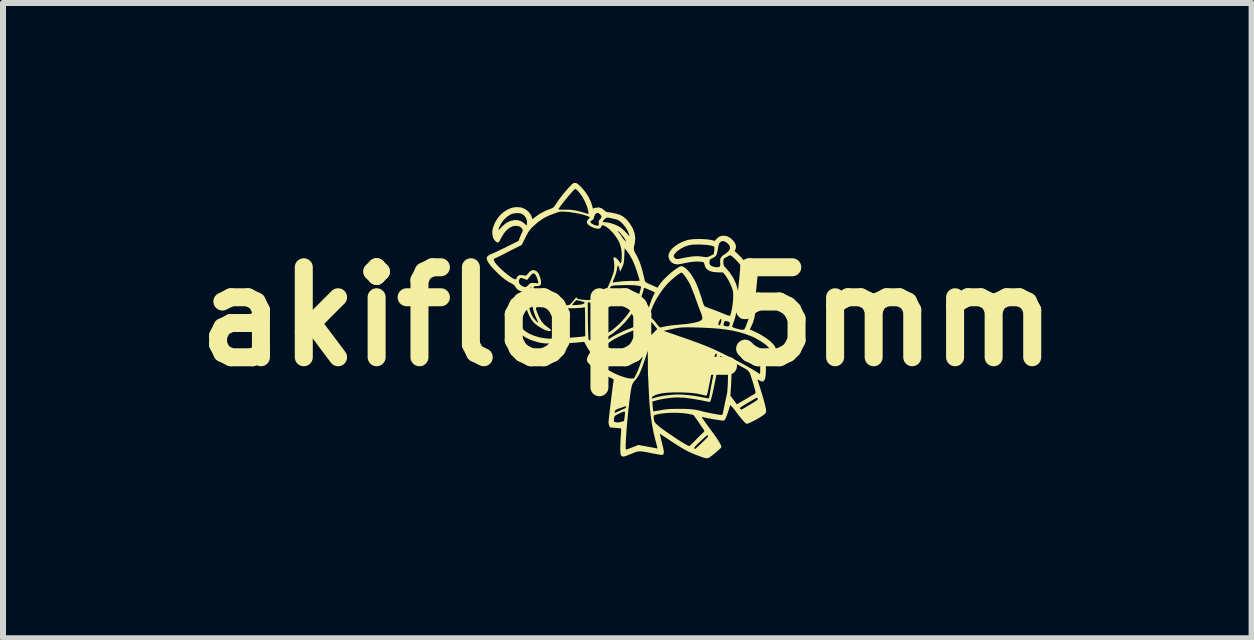
<source format=kicad_pcb>
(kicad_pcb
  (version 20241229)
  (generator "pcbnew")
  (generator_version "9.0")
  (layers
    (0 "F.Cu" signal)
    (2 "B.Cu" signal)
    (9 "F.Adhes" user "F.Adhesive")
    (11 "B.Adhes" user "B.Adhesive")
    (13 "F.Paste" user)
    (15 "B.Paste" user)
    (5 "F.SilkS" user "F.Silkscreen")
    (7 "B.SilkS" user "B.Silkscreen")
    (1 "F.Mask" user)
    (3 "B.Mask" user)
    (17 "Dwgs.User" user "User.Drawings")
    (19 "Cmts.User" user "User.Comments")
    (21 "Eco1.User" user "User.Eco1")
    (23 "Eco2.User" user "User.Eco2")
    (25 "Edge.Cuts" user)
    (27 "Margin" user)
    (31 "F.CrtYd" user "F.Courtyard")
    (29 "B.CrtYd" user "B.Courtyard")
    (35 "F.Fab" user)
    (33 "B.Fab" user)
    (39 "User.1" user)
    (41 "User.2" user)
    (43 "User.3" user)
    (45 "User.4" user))
  (footprint "akiflop_5mm"
    (layer "F.Cu")
    (at 7.407 2.227)
    (property "Reference" "akiflop_5mm" (at 0 0 0) (layer "F.SilkS") (effects (font (size 1.5 1.5) (thickness 0.3))))
    (attr board_only exclude_from_pos_files exclude_from_bom)
    (fp_poly (pts (xy -0.854 -2.226) (xy -0.838 -2.219) (xy -0.818 -2.205) (xy -0.792 -2.181) (xy -0.762 -2.151) (xy -0.702 -2.081) (xy -0.65 -2.001) (xy -0.609 -1.918) (xy -0.586 -1.849) (xy -0.573 -1.8) (xy -0.531 -1.813) (xy -0.479 -1.82) (xy -0.431 -1.807) (xy -0.388 -1.776) (xy -0.384 -1.772) (xy -0.355 -1.747) (xy -0.326 -1.739) (xy -0.324 -1.739) (xy -0.289 -1.736) (xy -0.244 -1.728) (xy -0.194 -1.717) (xy -0.148 -1.704) (xy -0.113 -1.691) (xy -0.058 -1.659) (xy -0.004 -1.609) (xy 0.045 -1.547) (xy 0.093 -1.467) (xy 0.122 -1.386) (xy 0.133 -1.305) (xy 0.126 -1.227) (xy 0.123 -1.215) (xy 0.112 -1.167) (xy 0.109 -1.13) (xy 0.113 -1.1) (xy 0.127 -1.07) (xy 0.135 -1.056) (xy 0.167 -0.997) (xy 0.197 -0.932) (xy 0.225 -0.856) (xy 0.251 -0.767) (xy 0.277 -0.663) (xy 0.289 -0.611) (xy 0.294 -0.595) (xy 0.3 -0.582) (xy 0.313 -0.57) (xy 0.334 -0.558) (xy 0.367 -0.542) (xy 0.401 -0.527) (xy 0.505 -0.481) (xy 0.533 -0.526) (xy 0.561 -0.564) (xy 0.598 -0.607) (xy 0.642 -0.652) (xy 0.69 -0.697) (xy 0.739 -0.74) (xy 0.788 -0.778) (xy 0.832 -0.808) (xy 0.869 -0.83) (xy 0.896 -0.84) (xy 0.901 -0.84) (xy 0.934 -0.831) (xy 0.972 -0.806) (xy 1.013 -0.766) (xy 1.056 -0.714) (xy 1.097 -0.651) (xy 1.133 -0.586) (xy 1.151 -0.547) (xy 1.173 -0.493) (xy 1.196 -0.433) (xy 1.218 -0.369) (xy 1.238 -0.309) (xy 1.251 -0.264) (xy 1.263 -0.226) (xy 1.275 -0.195) (xy 1.286 -0.176) (xy 1.288 -0.173) (xy 1.304 -0.164) (xy 1.334 -0.151) (xy 1.372 -0.137) (xy 1.387 -0.132) (xy 1.43 -0.117) (xy 1.483 -0.097) (xy 1.54 -0.074) (xy 1.591 -0.053) (xy 1.647 -0.03) (xy 1.687 -0.016) (xy 1.709 -0.011) (xy 1.715 -0.013) (xy 1.731 -0.069) (xy 1.745 -0.135) (xy 1.756 -0.206) (xy 1.763 -0.277) (xy 1.766 -0.344) (xy 1.764 -0.4) (xy 1.76 -0.429) (xy 1.745 -0.479) (xy 1.721 -0.537) (xy 1.691 -0.597) (xy 1.659 -0.651) (xy 1.634 -0.688) (xy 1.595 -0.735) (xy 1.503 -0.737) (xy 1.429 -0.744) (xy 1.371 -0.76) (xy 1.329 -0.787) (xy 1.3 -0.824) (xy 1.286 -0.871) (xy 1.279 -0.895) (xy 1.267 -0.906) (xy 1.243 -0.912) (xy 1.234 -0.913) (xy 1.37 -0.913) (xy 1.371 -0.881) (xy 1.382 -0.86) (xy 1.386 -0.856) (xy 1.413 -0.839) (xy 1.448 -0.828) (xy 1.485 -0.822) (xy 1.517 -0.823) (xy 1.54 -0.832) (xy 1.543 -0.835) (xy 1.55 -0.857) (xy 1.549 -0.896) (xy 1.549 -0.901) (xy 1.548 -0.909) (xy 1.602 -0.909) (xy 1.603 -0.875) (xy 1.608 -0.852) (xy 1.62 -0.834) (xy 1.63 -0.824) (xy 1.706 -0.737) (xy 1.768 -0.642) (xy 1.815 -0.541) (xy 1.844 -0.436) (xy 1.851 -0.381) (xy 1.853 -0.322) (xy 1.848 -0.25) (xy 1.837 -0.17) (xy 1.822 -0.086) (xy 1.803 -0.004) (xy 1.781 0.071) (xy 1.768 0.105) (xy 1.757 0.136) (xy 1.75 0.16) (xy 1.749 0.169) (xy 1.758 0.178) (xy 1.784 0.189) (xy 1.823 0.201) (xy 1.829 0.202) (xy 1.878 0.215) (xy 1.912 0.221) (xy 1.935 0.221) (xy 1.95 0.212) (xy 1.962 0.194) (xy 1.975 0.164) (xy 1.981 0.149) (xy 2.004 0.089) (xy 2.021 0.031) (xy 2.034 -0.031) (xy 2.044 -0.101) (xy 2.051 -0.185) (xy 2.052 -0.192) (xy 2.056 -0.327) (xy 2.049 -0.45) (xy 2.029 -0.562) (xy 1.996 -0.668) (xy 1.959 -0.751) (xy 1.93 -0.801) (xy 1.891 -0.854) (xy 1.846 -0.908) (xy 1.799 -0.957) (xy 1.754 -0.997) (xy 1.722 -1.02) (xy 1.706 -1.019) (xy 1.684 -1.009) (xy 1.682 -1.007) (xy 1.654 -0.99) (xy 1.628 -0.977) (xy 1.613 -0.97) (xy 1.606 -0.959) (xy 1.603 -0.939) (xy 1.602 -0.909) (xy 1.548 -0.909) (xy 1.547 -0.936) (xy 1.551 -0.962) (xy 1.563 -0.985) (xy 1.58 -1.007) (xy 1.597 -1.022) (xy 1.6 -1.023) (xy 1.616 -1.032) (xy 1.641 -1.05) (xy 1.662 -1.066) (xy 1.697 -1.103) (xy 1.713 -1.139) (xy 1.709 -1.173) (xy 1.685 -1.208) (xy 1.654 -1.234) (xy 1.618 -1.254) (xy 1.588 -1.259) (xy 1.56 -1.248) (xy 1.551 -1.241) (xy 1.536 -1.225) (xy 1.526 -1.204) (xy 1.518 -1.17) (xy 1.514 -1.15) (xy 1.505 -1.095) (xy 1.496 -1.055) (xy 1.486 -1.027) (xy 1.473 -1.008) (xy 1.455 -0.993) (xy 1.43 -0.98) (xy 1.427 -0.978) (xy 1.397 -0.963) (xy 1.38 -0.95) (xy 1.373 -0.936) (xy 1.37 -0.913) (xy 1.37 -0.913) (xy 1.234 -0.913) (xy 1.162 -0.918) (xy 1.068 -0.911) (xy 0.972 -0.894) (xy 0.925 -0.884) (xy 0.882 -0.876) (xy 0.849 -0.871) (xy 0.833 -0.869) (xy 0.781 -0.878) (xy 0.738 -0.903) (xy 0.705 -0.941) (xy 0.688 -0.989) (xy 0.687 -0.995) (xy 0.688 -1.015) (xy 0.774 -1.015) (xy 0.776 -0.996) (xy 0.791 -0.977) (xy 0.802 -0.967) (xy 0.813 -0.961) (xy 0.828 -0.959) (xy 0.851 -0.96) (xy 0.884 -0.966) (xy 0.931 -0.975) (xy 0.962 -0.982) (xy 1.048 -0.997) (xy 1.121 -1.005) (xy 1.19 -1.005) (xy 1.261 -0.997) (xy 1.268 -0.996) (xy 1.304 -0.991) (xy 1.33 -0.991) (xy 1.352 -0.997) (xy 1.38 -1.01) (xy 1.387 -1.013) (xy 1.441 -1.04) (xy 1.449 -1.098) (xy 1.452 -1.131) (xy 1.451 -1.155) (xy 1.448 -1.164) (xy 1.427 -1.175) (xy 1.391 -1.184) (xy 1.343 -1.192) (xy 1.286 -1.197) (xy 1.226 -1.2) (xy 1.164 -1.201) (xy 1.107 -1.199) (xy 1.056 -1.194) (xy 1.017 -1.186) (xy 1.015 -1.186) (xy 0.945 -1.16) (xy 0.881 -1.125) (xy 0.827 -1.085) (xy 0.811 -1.069) (xy 0.785 -1.038) (xy 0.774 -1.015) (xy 0.688 -1.015) (xy 0.69 -1.04) (xy 0.711 -1.086) (xy 0.747 -1.132) (xy 0.796 -1.175) (xy 0.856 -1.215) (xy 0.926 -1.249) (xy 1.002 -1.275) (xy 1.007 -1.277) (xy 1.054 -1.285) (xy 1.114 -1.291) (xy 1.182 -1.293) (xy 1.252 -1.292) (xy 1.318 -1.288) (xy 1.375 -1.281) (xy 1.397 -1.277) (xy 1.46 -1.261) (xy 1.483 -1.29) (xy 1.522 -1.326) (xy 1.57 -1.345) (xy 1.607 -1.348) (xy 1.665 -1.339) (xy 1.719 -1.31) (xy 1.761 -1.271) (xy 1.795 -1.225) (xy 1.811 -1.18) (xy 1.81 -1.14) (xy 1.804 -1.124) (xy 1.789 -1.093) (xy 1.872 -1.014) (xy 1.953 -0.926) (xy 2.019 -0.836) (xy 2.07 -0.738) (xy 2.077 -0.723) (xy 2.1 -0.661) (xy 2.118 -0.599) (xy 2.131 -0.534) (xy 2.14 -0.459) (xy 2.145 -0.371) (xy 2.146 -0.347) (xy 2.147 -0.212) (xy 2.139 -0.093) (xy 2.121 0.011) (xy 2.095 0.102) (xy 2.07 0.159) (xy 2.042 0.216) (xy 2.079 0.231) (xy 2.161 0.268) (xy 2.241 0.312) (xy 2.314 0.359) (xy 2.378 0.407) (xy 2.427 0.454) (xy 2.435 0.464) (xy 2.458 0.493) (xy 2.47 0.517) (xy 2.47 0.54) (xy 2.458 0.565) (xy 2.433 0.596) (xy 2.394 0.634) (xy 2.387 0.641) (xy 2.302 0.72) (xy 2.309 0.816) (xy 2.311 0.87) (xy 2.31 0.924) (xy 2.307 0.974) (xy 2.301 1.016) (xy 2.293 1.047) (xy 2.284 1.063) (xy 2.279 1.065) (xy 2.27 1.07) (xy 2.271 1.075) (xy 2.271 1.083) (xy 2.257 1.084) (xy 2.235 1.079) (xy 2.21 1.069) (xy 2.2 1.063) (xy 2.178 1.051) (xy 2.17 1.051) (xy 2.171 1.056) (xy 2.182 1.089) (xy 2.197 1.136) (xy 2.215 1.192) (xy 2.234 1.254) (xy 2.253 1.316) (xy 2.27 1.375) (xy 2.284 1.426) (xy 2.294 1.464) (xy 2.296 1.474) (xy 2.308 1.526) (xy 2.314 1.563) (xy 2.313 1.59) (xy 2.305 1.61) (xy 2.288 1.628) (xy 2.261 1.648) (xy 2.242 1.661) (xy 2.201 1.687) (xy 2.154 1.714) (xy 2.107 1.739) (xy 2.063 1.761) (xy 2.026 1.778) (xy 1.999 1.787) (xy 1.992 1.788) (xy 1.979 1.783) (xy 1.959 1.766) (xy 1.932 1.737) (xy 1.897 1.696) (xy 1.852 1.64) (xy 1.803 1.575) (xy 1.773 1.536) (xy 1.76 1.521) (xy 1.877 1.521) (xy 1.878 1.529) (xy 1.888 1.542) (xy 1.9 1.551) (xy 1.904 1.551) (xy 1.914 1.545) (xy 1.938 1.532) (xy 1.972 1.512) (xy 2.014 1.487) (xy 2.032 1.476) (xy 2.086 1.444) (xy 2.124 1.421) (xy 2.15 1.403) (xy 2.166 1.391) (xy 2.174 1.381) (xy 2.175 1.372) (xy 2.173 1.364) (xy 2.168 1.356) (xy 2.158 1.356) (xy 2.139 1.363) (xy 2.111 1.378) (xy 2.088 1.392) (xy 2.054 1.412) (xy 2.015 1.435) (xy 1.974 1.46) (xy 1.936 1.483) (xy 1.904 1.503) (xy 1.883 1.517) (xy 1.877 1.521) (xy 1.76 1.521) (xy 1.747 1.506) (xy 1.728 1.485) (xy 1.717 1.476) (xy 1.715 1.477) (xy 1.71 1.492) (xy 1.702 1.52) (xy 1.691 1.555) (xy 1.69 1.558) (xy 1.668 1.626) (xy 1.649 1.676) (xy 1.632 1.71) (xy 1.618 1.729) (xy 1.608 1.735) (xy 1.592 1.734) (xy 1.562 1.731) (xy 1.52 1.725) (xy 1.471 1.717) (xy 1.42 1.709) (xy 1.369 1.699) (xy 1.323 1.691) (xy 1.285 1.683) (xy 1.261 1.676) (xy 1.257 1.675) (xy 1.245 1.671) (xy 1.244 1.677) (xy 1.254 1.696) (xy 1.254 1.696) (xy 1.265 1.713) (xy 1.285 1.742) (xy 1.313 1.781) (xy 1.345 1.825) (xy 1.371 1.861) (xy 1.436 1.949) (xy 1.488 2.023) (xy 1.527 2.084) (xy 1.554 2.13) (xy 1.567 2.162) (xy 1.568 2.177) (xy 1.559 2.19) (xy 1.537 2.211) (xy 1.507 2.239) (xy 1.472 2.269) (xy 1.436 2.298) (xy 1.402 2.325) (xy 1.374 2.345) (xy 1.361 2.353) (xy 1.346 2.36) (xy 1.33 2.362) (xy 1.31 2.361) (xy 1.281 2.354) (xy 1.241 2.341) (xy 1.197 2.325) (xy 1.121 2.296) (xy 1.048 2.264) (xy 0.975 2.228) (xy 0.908 2.19) (xy 1.114 2.19) (xy 1.114 2.198) (xy 1.115 2.199) (xy 1.13 2.205) (xy 1.134 2.205) (xy 1.143 2.198) (xy 1.163 2.18) (xy 1.193 2.153) (xy 1.228 2.119) (xy 1.249 2.1) (xy 1.293 2.057) (xy 1.324 2.025) (xy 1.342 2.003) (xy 1.349 1.989) (xy 1.348 1.984) (xy 1.343 1.979) (xy 1.335 1.98) (xy 1.322 1.987) (xy 1.303 2.002) (xy 1.275 2.027) (xy 1.237 2.062) (xy 1.186 2.11) (xy 1.183 2.113) (xy 1.147 2.149) (xy 1.124 2.174) (xy 1.114 2.19) (xy 0.908 2.19) (xy 0.899 2.184) (xy 0.814 2.132) (xy 0.725 2.074) (xy 0.673 2.039) (xy 0.626 2.008) (xy 0.588 1.983) (xy 0.56 1.964) (xy 0.545 1.955) (xy 0.543 1.954) (xy 0.544 1.963) (xy 0.549 1.987) (xy 0.558 2.024) (xy 0.569 2.07) (xy 0.576 2.098) (xy 0.593 2.166) (xy 0.604 2.218) (xy 0.609 2.255) (xy 0.608 2.28) (xy 0.602 2.296) (xy 0.588 2.303) (xy 0.569 2.306) (xy 0.568 2.306) (xy 0.549 2.304) (xy 0.516 2.298) (xy 0.471 2.29) (xy 0.419 2.281) (xy 0.395 2.276) (xy 0.327 2.262) (xy 0.275 2.253) (xy 0.233 2.248) (xy 0.199 2.247) (xy 0.168 2.251) (xy 0.137 2.26) (xy 0.101 2.274) (xy 0.064 2.289) (xy 0.003 2.314) (xy -0.042 2.33) (xy -0.074 2.334) (xy -0.096 2.326) (xy -0.109 2.305) (xy -0.115 2.269) (xy -0.117 2.217) (xy -0.117 2.19) (xy -0.116 2.159) (xy -0.027 2.159) (xy -0.026 2.195) (xy -0.024 2.214) (xy -0.021 2.218) (xy -0.008 2.214) (xy 0.019 2.205) (xy 0.056 2.191) (xy 0.088 2.179) (xy 0.185 2.14) (xy 0.315 2.164) (xy 0.366 2.173) (xy 0.412 2.182) (xy 0.449 2.189) (xy 0.472 2.193) (xy 0.475 2.194) (xy 0.505 2.2) (xy 0.467 2.055) (xy 0.437 1.929) (xy 0.413 1.802) (xy 0.393 1.67) (xy 0.393 1.67) (xy 0.44 1.67) (xy 0.442 1.711) (xy 0.449 1.743) (xy 0.464 1.77) (xy 0.491 1.798) (xy 0.522 1.825) (xy 0.561 1.856) (xy 0.609 1.891) (xy 0.664 1.93) (xy 0.722 1.97) (xy 0.782 2.01) (xy 0.84 2.049) (xy 0.896 2.084) (xy 0.945 2.114) (xy 0.986 2.138) (xy 1.015 2.153) (xy 1.032 2.159) (xy 1.042 2.152) (xy 1.063 2.134) (xy 1.091 2.107) (xy 1.12 2.078) (xy 1.156 2.04) (xy 1.194 2.002) (xy 1.227 1.97) (xy 1.245 1.954) (xy 1.272 1.927) (xy 1.284 1.909) (xy 1.284 1.899) (xy 1.275 1.887) (xy 1.258 1.862) (xy 1.234 1.828) (xy 1.206 1.786) (xy 1.193 1.767) (xy 1.163 1.724) (xy 1.137 1.687) (xy 1.116 1.659) (xy 1.103 1.642) (xy 1.1 1.64) (xy 1.087 1.636) (xy 1.059 1.63) (xy 1.02 1.623) (xy 0.98 1.616) (xy 0.901 1.608) (xy 0.814 1.604) (xy 0.723 1.605) (xy 0.636 1.61) (xy 0.557 1.619) (xy 0.515 1.627) (xy 0.477 1.636) (xy 0.455 1.643) (xy 0.444 1.651) (xy 0.44 1.662) (xy 0.44 1.67) (xy 0.393 1.67) (xy 0.377 1.53) (xy 0.368 1.418) (xy 0.417 1.418) (xy 0.423 1.497) (xy 0.427 1.534) (xy 0.43 1.563) (xy 0.433 1.578) (xy 0.434 1.58) (xy 0.444 1.58) (xy 0.47 1.576) (xy 0.507 1.57) (xy 0.552 1.562) (xy 0.553 1.561) (xy 0.6 1.553) (xy 0.643 1.547) (xy 0.687 1.543) (xy 0.737 1.54) (xy 0.798 1.539) (xy 0.865 1.539) (xy 0.951 1.539) (xy 1.021 1.542) (xy 1.082 1.546) (xy 1.136 1.554) (xy 1.188 1.564) (xy 1.243 1.578) (xy 1.248 1.58) (xy 1.28 1.588) (xy 1.324 1.597) (xy 1.374 1.608) (xy 1.427 1.618) (xy 1.477 1.627) (xy 1.521 1.635) (xy 1.552 1.639) (xy 1.564 1.64) (xy 1.577 1.639) (xy 1.586 1.632) (xy 1.593 1.614) (xy 1.6 1.581) (xy 1.6 1.58) (xy 1.607 1.542) (xy 1.617 1.493) (xy 1.628 1.443) (xy 1.631 1.426) (xy 1.641 1.38) (xy 1.651 1.336) (xy 1.655 1.317) (xy 1.718 1.317) (xy 1.772 1.39) (xy 1.826 1.463) (xy 1.953 1.389) (xy 2 1.361) (xy 2.043 1.335) (xy 2.08 1.314) (xy 2.105 1.3) (xy 2.11 1.297) (xy 2.132 1.281) (xy 2.138 1.265) (xy 2.137 1.258) (xy 2.123 1.199) (xy 2.104 1.131) (xy 2.079 1.05) (xy 2.071 1.026) (xy 2.058 0.985) (xy 2.047 0.953) (xy 2.034 0.928) (xy 2.018 0.907) (xy 1.996 0.888) (xy 1.965 0.868) (xy 1.923 0.845) (xy 1.868 0.816) (xy 1.844 0.803) (xy 1.728 0.744) (xy 1.735 0.863) (xy 1.737 0.921) (xy 1.736 0.992) (xy 1.734 1.068) (xy 1.73 1.143) (xy 1.73 1.149) (xy 1.718 1.317) (xy 1.655 1.317) (xy 1.659 1.3) (xy 1.661 1.29) (xy 1.666 1.257) (xy 1.67 1.209) (xy 1.674 1.149) (xy 1.677 1.083) (xy 1.678 1.013) (xy 1.679 0.945) (xy 1.678 0.882) (xy 1.676 0.829) (xy 1.676 0.818) (xy 1.669 0.712) (xy 1.61 0.683) (xy 1.573 0.666) (xy 1.551 0.661) (xy 1.544 0.664) (xy 1.539 0.678) (xy 1.533 0.706) (xy 1.527 0.743) (xy 1.525 0.755) (xy 1.518 0.799) (xy 1.508 0.856) (xy 1.495 0.924) (xy 1.48 0.998) (xy 1.465 1.074) (xy 1.45 1.149) (xy 1.435 1.219) (xy 1.422 1.28) (xy 1.41 1.328) (xy 1.404 1.351) (xy 1.394 1.389) (xy 1.385 1.412) (xy 1.377 1.422) (xy 1.367 1.424) (xy 1.363 1.423) (xy 1.211 1.392) (xy 1.076 1.369) (xy 0.958 1.354) (xy 0.855 1.348) (xy 0.835 1.348) (xy 0.781 1.35) (xy 0.716 1.356) (xy 0.646 1.365) (xy 0.579 1.376) (xy 0.52 1.388) (xy 0.483 1.398) (xy 0.417 1.418) (xy 0.368 1.418) (xy 0.365 1.378) (xy 0.364 1.353) (xy 0.41 1.353) (xy 0.412 1.366) (xy 0.413 1.368) (xy 0.423 1.365) (xy 0.446 1.358) (xy 0.477 1.348) (xy 0.529 1.335) (xy 0.595 1.322) (xy 0.669 1.312) (xy 0.746 1.304) (xy 0.818 1.3) (xy 0.855 1.299) (xy 0.928 1.302) (xy 1.014 1.309) (xy 1.105 1.32) (xy 1.195 1.335) (xy 1.264 1.348) (xy 1.303 1.356) (xy 1.335 1.362) (xy 1.354 1.363) (xy 1.358 1.363) (xy 1.363 1.351) (xy 1.369 1.327) (xy 1.372 1.307) (xy 1.376 1.282) (xy 1.383 1.242) (xy 1.392 1.19) (xy 1.404 1.129) (xy 1.416 1.063) (xy 1.422 1.036) (xy 1.442 0.931) (xy 1.458 0.844) (xy 1.471 0.774) (xy 1.481 0.719) (xy 1.487 0.678) (xy 1.49 0.649) (xy 1.491 0.632) (xy 1.49 0.625) (xy 1.479 0.616) (xy 1.468 0.625) (xy 1.457 0.651) (xy 1.445 0.694) (xy 1.432 0.756) (xy 1.419 0.837) (xy 1.409 0.909) (xy 1.403 0.944) (xy 1.394 0.994) (xy 1.383 1.052) (xy 1.371 1.114) (xy 1.359 1.175) (xy 1.347 1.229) (xy 1.338 1.271) (xy 1.336 1.277) (xy 1.328 1.302) (xy 1.319 1.317) (xy 1.315 1.319) (xy 1.301 1.316) (xy 1.273 1.31) (xy 1.238 1.301) (xy 1.231 1.299) (xy 1.17 1.286) (xy 1.095 1.276) (xy 1.011 1.269) (xy 0.921 1.265) (xy 0.829 1.264) (xy 0.741 1.265) (xy 0.659 1.27) (xy 0.587 1.278) (xy 0.53 1.289) (xy 0.523 1.291) (xy 0.468 1.309) (xy 0.432 1.326) (xy 0.414 1.342) (xy 0.41 1.353) (xy 0.364 1.353) (xy 0.357 1.212) (xy 0.355 1.182) (xy 0.353 1.124) (xy 0.351 1.072) (xy 0.349 1.029) (xy 0.347 1) (xy 0.346 0.987) (xy 0.345 0.973) (xy 0.344 0.943) (xy 0.344 0.899) (xy 0.343 0.846) (xy 0.343 0.785) (xy 0.343 0.772) (xy 0.342 0.572) (xy 0.288 0.731) (xy 0.257 0.82) (xy 0.23 0.892) (xy 0.205 0.95) (xy 0.18 0.996) (xy 0.155 1.033) (xy 0.13 1.062) (xy 0.099 1.1) (xy 0.079 1.141) (xy 0.074 1.161) (xy 0.066 1.198) (xy 0.057 1.25) (xy 0.048 1.313) (xy 0.038 1.385) (xy 0.029 1.465) (xy 0.019 1.549) (xy 0.01 1.637) (xy 0.002 1.726) (xy -0.006 1.813) (xy -0.013 1.898) (xy -0.018 1.976) (xy -0.023 2.048) (xy -0.026 2.109) (xy -0.027 2.159) (xy -0.116 2.159) (xy -0.116 2.131) (xy -0.113 2.065) (xy -0.11 2.003) (xy -0.107 1.974) (xy -0.104 1.931) (xy -0.102 1.897) (xy -0.102 1.874) (xy -0.103 1.867) (xy -0.114 1.864) (xy -0.14 1.861) (xy -0.176 1.858) (xy -0.195 1.856) (xy -0.235 1.853) (xy -0.266 1.85) (xy -0.284 1.847) (xy -0.287 1.846) (xy -0.303 1.817) (xy -0.312 1.778) (xy -0.313 1.76) (xy -0.311 1.743) (xy -0.31 1.724) (xy -0.224 1.724) (xy -0.223 1.745) (xy -0.215 1.756) (xy -0.198 1.76) (xy -0.193 1.761) (xy -0.17 1.764) (xy -0.157 1.766) (xy -0.156 1.766) (xy -0.145 1.765) (xy -0.121 1.759) (xy -0.103 1.755) (xy -0.054 1.742) (xy -0.043 1.662) (xy -0.039 1.623) (xy -0.038 1.597) (xy -0.045 1.585) (xy -0.061 1.585) (xy -0.09 1.596) (xy -0.134 1.616) (xy -0.138 1.618) (xy -0.175 1.636) (xy -0.197 1.649) (xy -0.21 1.662) (xy -0.216 1.676) (xy -0.219 1.689) (xy -0.224 1.724) (xy -0.31 1.724) (xy -0.308 1.708) (xy -0.303 1.66) (xy -0.296 1.602) (xy -0.296 1.597) (xy -0.21 1.597) (xy -0.209 1.605) (xy -0.199 1.603) (xy -0.177 1.593) (xy -0.146 1.579) (xy -0.144 1.578) (xy -0.108 1.56) (xy -0.074 1.545) (xy -0.051 1.536) (xy -0.032 1.525) (xy -0.021 1.512) (xy -0.018 1.501) (xy -0.027 1.496) (xy -0.037 1.498) (xy -0.097 1.518) (xy -0.141 1.533) (xy -0.171 1.545) (xy -0.19 1.555) (xy -0.201 1.564) (xy -0.206 1.573) (xy -0.208 1.578) (xy -0.21 1.597) (xy -0.296 1.597) (xy -0.289 1.535) (xy -0.28 1.464) (xy -0.271 1.391) (xy -0.262 1.319) (xy -0.254 1.251) (xy -0.246 1.189) (xy -0.239 1.137) (xy -0.233 1.098) (xy -0.229 1.075) (xy -0.229 1.072) (xy -0.228 1.051) (xy -0.24 1.039) (xy -0.247 1.036) (xy -0.289 1.017) (xy -0.342 0.989) (xy -0.402 0.955) (xy -0.463 0.917) (xy -0.523 0.878) (xy -0.575 0.84) (xy -0.617 0.808) (xy -0.628 0.798) (xy -0.659 0.764) (xy -0.673 0.732) (xy -0.672 0.717) (xy -0.58 0.717) (xy -0.541 0.749) (xy -0.514 0.769) (xy -0.474 0.796) (xy -0.425 0.827) (xy -0.371 0.86) (xy -0.316 0.892) (xy -0.265 0.921) (xy -0.221 0.944) (xy -0.2 0.954) (xy -0.118 0.988) (xy -0.046 1.013) (xy 0.014 1.028) (xy 0.06 1.033) (xy 0.064 1.033) (xy 0.112 1.031) (xy 0.148 0.962) (xy 0.164 0.929) (xy 0.182 0.884) (xy 0.203 0.829) (xy 0.225 0.768) (xy 0.248 0.703) (xy 0.269 0.637) (xy 0.289 0.573) (xy 0.307 0.514) (xy 0.321 0.463) (xy 0.331 0.422) (xy 0.336 0.395) (xy 0.335 0.386) (xy 0.326 0.375) (xy 0.305 0.358) (xy 0.292 0.348) (xy 0.265 0.325) (xy 0.235 0.293) (xy 0.214 0.267) (xy 0.197 0.245) (xy 0.183 0.23) (xy 0.168 0.221) (xy 0.15 0.219) (xy 0.124 0.224) (xy 0.089 0.236) (xy 0.041 0.256) (xy -0.004 0.274) (xy -0.125 0.328) (xy -0.23 0.384) (xy -0.317 0.442) (xy -0.329 0.45) (xy -0.377 0.491) (xy -0.428 0.537) (xy -0.476 0.585) (xy -0.517 0.631) (xy -0.547 0.668) (xy -0.58 0.717) (xy -0.672 0.717) (xy -0.671 0.697) (xy -0.655 0.656) (xy -0.646 0.64) (xy -0.618 0.592) (xy -0.654 0.536) (xy -0.675 0.502) (xy -0.693 0.47) (xy -0.701 0.454) (xy -0.596 0.454) (xy -0.59 0.467) (xy -0.576 0.49) (xy -0.561 0.511) (xy -0.527 0.558) (xy -0.461 0.497) (xy -0.424 0.465) (xy -0.386 0.432) (xy -0.353 0.406) (xy -0.347 0.401) (xy -0.254 0.34) (xy -0.146 0.281) (xy -0.029 0.227) (xy 0.05 0.197) (xy 0.223 0.197) (xy 0.228 0.211) (xy 0.244 0.233) (xy 0.271 0.264) (xy 0.28 0.273) (xy 0.308 0.302) (xy 0.333 0.326) (xy 0.35 0.34) (xy 0.355 0.342) (xy 0.367 0.335) (xy 0.388 0.318) (xy 0.416 0.292) (xy 0.434 0.275) (xy 0.47 0.238) (xy 0.605 0.238) (xy 0.701 0.271) (xy 0.747 0.287) (xy 0.805 0.307) (xy 0.867 0.329) (xy 0.927 0.349) (xy 0.933 0.351) (xy 1.061 0.396) (xy 1.174 0.437) (xy 1.275 0.476) (xy 1.368 0.514) (xy 1.456 0.552) (xy 1.543 0.593) (xy 1.602 0.622) (xy 1.687 0.665) (xy 1.772 0.709) (xy 1.856 0.753) (xy 1.935 0.795) (xy 2.007 0.835) (xy 2.07 0.871) (xy 2.12 0.9) (xy 2.156 0.923) (xy 2.161 0.927) (xy 2.186 0.943) (xy 2.205 0.955) (xy 2.211 0.957) (xy 2.213 0.948) (xy 2.215 0.923) (xy 2.216 0.885) (xy 2.216 0.838) (xy 2.216 0.816) (xy 2.213 0.675) (xy 2.291 0.602) (xy 2.369 0.53) (xy 2.349 0.508) (xy 2.316 0.477) (xy 2.269 0.441) (xy 2.214 0.405) (xy 2.154 0.37) (xy 2.096 0.34) (xy 2.056 0.323) (xy 1.959 0.288) (xy 1.861 0.259) (xy 1.758 0.235) (xy 1.648 0.217) (xy 1.528 0.202) (xy 1.394 0.192) (xy 1.246 0.185) (xy 1.152 0.182) (xy 1.075 0.18) (xy 1.011 0.179) (xy 0.958 0.18) (xy 0.911 0.182) (xy 0.867 0.186) (xy 0.824 0.193) (xy 0.778 0.201) (xy 0.727 0.212) (xy 0.725 0.212) (xy 0.605 0.238) (xy 0.47 0.238) (xy 0.5 0.208) (xy 0.443 0.138) (xy 0.417 0.107) (xy 0.393 0.083) (xy 0.375 0.07) (xy 0.37 0.068) (xy 0.355 0.075) (xy 0.33 0.091) (xy 0.301 0.113) (xy 0.271 0.138) (xy 0.245 0.162) (xy 0.228 0.181) (xy 0.225 0.186) (xy 0.223 0.197) (xy 0.05 0.197) (xy 0.094 0.18) (xy 0.104 0.176) (xy 0.148 0.16) (xy 0.181 0.143) (xy 0.213 0.121) (xy 0.25 0.089) (xy 0.252 0.087) (xy 0.32 0.024) (xy 0.326 -0.003) (xy 0.371 -0.003) (xy 0.379 0.007) (xy 0.397 0.021) (xy 0.401 0.023) (xy 0.42 0.039) (xy 0.445 0.065) (xy 0.473 0.099) (xy 0.484 0.113) (xy 0.513 0.151) (xy 0.534 0.173) (xy 0.549 0.182) (xy 0.555 0.181) (xy 0.572 0.177) (xy 0.602 0.171) (xy 0.64 0.163) (xy 0.65 0.161) (xy 0.691 0.154) (xy 0.745 0.147) (xy 0.804 0.141) (xy 0.855 0.136) (xy 0.959 0.127) (xy 1.02 0.119) (xy 1.518 0.119) (xy 1.519 0.136) (xy 1.519 0.137) (xy 1.532 0.146) (xy 1.537 0.143) (xy 1.604 0.143) (xy 1.613 0.153) (xy 1.636 0.159) (xy 1.675 0.164) (xy 1.682 0.165) (xy 1.696 0.157) (xy 1.703 0.144) (xy 1.709 0.113) (xy 1.704 0.094) (xy 1.687 0.085) (xy 1.683 0.084) (xy 1.657 0.077) (xy 1.64 0.072) (xy 1.626 0.076) (xy 1.614 0.097) (xy 1.613 0.099) (xy 1.604 0.126) (xy 1.604 0.143) (xy 1.537 0.143) (xy 1.545 0.138) (xy 1.552 0.125) (xy 1.565 0.085) (xy 1.569 0.056) (xy 1.565 0.041) (xy 1.56 0.039) (xy 1.549 0.047) (xy 1.537 0.068) (xy 1.525 0.094) (xy 1.518 0.119) (xy 1.02 0.119) (xy 1.048 0.115) (xy 1.121 0.102) (xy 1.177 0.088) (xy 1.206 0.076) (xy 1.233 0.062) (xy 1.246 0.048) (xy 1.25 0.031) (xy 1.25 0.023) (xy 1.247 -0.004) (xy 1.237 -0.039) (xy 1.23 -0.055) (xy 1.221 -0.079) (xy 1.206 -0.118) (xy 1.187 -0.167) (xy 1.167 -0.224) (xy 1.145 -0.284) (xy 1.143 -0.288) (xy 1.121 -0.351) (xy 1.098 -0.411) (xy 1.076 -0.466) (xy 1.057 -0.512) (xy 1.043 -0.542) (xy 1.02 -0.584) (xy 0.994 -0.626) (xy 0.967 -0.666) (xy 0.942 -0.699) (xy 0.921 -0.722) (xy 0.907 -0.733) (xy 0.905 -0.733) (xy 0.886 -0.726) (xy 0.857 -0.708) (xy 0.82 -0.681) (xy 0.778 -0.647) (xy 0.734 -0.609) (xy 0.692 -0.569) (xy 0.672 -0.549) (xy 0.603 -0.469) (xy 0.538 -0.378) (xy 0.48 -0.283) (xy 0.432 -0.187) (xy 0.396 -0.096) (xy 0.392 -0.082) (xy 0.382 -0.047) (xy 0.374 -0.019) (xy 0.371 -0.004) (xy 0.371 -0.003) (xy 0.326 -0.003) (xy 0.337 -0.059) (xy 0.353 -0.127) (xy 0.375 -0.199) (xy 0.399 -0.268) (xy 0.424 -0.327) (xy 0.437 -0.354) (xy 0.45 -0.38) (xy 0.458 -0.399) (xy 0.458 -0.404) (xy 0.447 -0.41) (xy 0.423 -0.421) (xy 0.391 -0.435) (xy 0.356 -0.45) (xy 0.323 -0.464) (xy 0.296 -0.474) (xy 0.282 -0.479) (xy 0.282 -0.479) (xy 0.275 -0.471) (xy 0.274 -0.459) (xy 0.27 -0.442) (xy 0.262 -0.411) (xy 0.249 -0.374) (xy 0.245 -0.361) (xy 0.193 -0.242) (xy 0.126 -0.123) (xy 0.047 -0.008) (xy -0.042 0.1) (xy -0.138 0.196) (xy -0.237 0.277) (xy -0.257 0.291) (xy -0.317 0.329) (xy -0.382 0.365) (xy -0.447 0.396) (xy -0.507 0.42) (xy -0.546 0.431) (xy -0.574 0.44) (xy -0.592 0.449) (xy -0.596 0.454) (xy -0.701 0.454) (xy -0.703 0.449) (xy -0.714 0.429) (xy -0.727 0.422) (xy -0.75 0.423) (xy -0.752 0.424) (xy -0.796 0.429) (xy -0.855 0.435) (xy -0.924 0.439) (xy -1.001 0.444) (xy -1.08 0.447) (xy -1.158 0.449) (xy -1.229 0.45) (xy -1.237 0.45) (xy -1.303 0.449) (xy -1.355 0.448) (xy -1.396 0.445) (xy -1.432 0.44) (xy -1.468 0.433) (xy -1.496 0.426) (xy -1.604 0.392) (xy -1.696 0.349) (xy -1.772 0.297) (xy -1.833 0.237) (xy -1.876 0.169) (xy -1.902 0.095) (xy -1.91 0.015) (xy -1.907 -0.02) (xy -1.815 -0.02) (xy -1.815 0.04) (xy -1.807 0.096) (xy -1.793 0.141) (xy -1.792 0.141) (xy -1.757 0.194) (xy -1.704 0.242) (xy -1.637 0.284) (xy -1.556 0.319) (xy -1.465 0.346) (xy -1.377 0.362) (xy -1.346 0.365) (xy -1.316 0.368) (xy -1.284 0.369) (xy -1.247 0.369) (xy -1.201 0.367) (xy -1.145 0.365) (xy -1.074 0.36) (xy -1.016 0.356) (xy -0.949 0.352) (xy -0.886 0.347) (xy -0.831 0.342) (xy -0.786 0.338) (xy -0.755 0.335) (xy -0.748 0.334) (xy -0.701 0.327) (xy -0.703 0.088) (xy -0.703 0.022) (xy -0.704 -0.037) (xy -0.705 -0.087) (xy -0.706 -0.125) (xy -0.706 -0.148) (xy -0.707 -0.153) (xy -0.717 -0.153) (xy -0.741 -0.15) (xy -0.767 -0.146) (xy -0.804 -0.143) (xy -0.856 -0.14) (xy -0.921 -0.138) (xy -0.995 -0.138) (xy -1.076 -0.138) (xy -1.158 -0.14) (xy -1.239 -0.143) (xy -1.316 -0.147) (xy -1.365 -0.15) (xy -1.427 -0.154) (xy -1.471 -0.157) (xy -1.501 -0.156) (xy -1.517 -0.151) (xy -1.523 -0.141) (xy -1.521 -0.124) (xy -1.513 -0.098) (xy -1.506 -0.077) (xy -1.471 0.009) (xy -1.431 0.079) (xy -1.382 0.135) (xy -1.325 0.18) (xy -1.321 0.183) (xy -1.289 0.206) (xy -1.273 0.222) (xy -1.273 0.234) (xy -1.284 0.24) (xy -1.309 0.242) (xy -1.347 0.232) (xy -1.391 0.214) (xy -1.439 0.189) (xy -1.487 0.159) (xy -1.531 0.126) (xy -1.557 0.102) (xy -1.594 0.056) (xy -1.629 -0.003) (xy -1.659 -0.071) (xy -1.682 -0.141) (xy -1.696 -0.207) (xy -1.7 -0.25) (xy -1.701 -0.268) (xy -1.707 -0.269) (xy -1.718 -0.26) (xy -1.739 -0.235) (xy -1.761 -0.197) (xy -1.782 -0.152) (xy -1.799 -0.107) (xy -1.808 -0.077) (xy -1.815 -0.02) (xy -1.907 -0.02) (xy -1.905 -0.043) (xy -1.887 -0.129) (xy -1.86 -0.202) (xy -1.822 -0.27) (xy -1.784 -0.322) (xy -1.779 -0.329) (xy -1.658 -0.329) (xy -1.655 -0.265) (xy -1.646 -0.197) (xy -1.632 -0.13) (xy -1.612 -0.068) (xy -1.587 -0.013) (xy -1.58 -0.001) (xy -1.559 0.03) (xy -1.536 0.059) (xy -1.514 0.083) (xy -1.498 0.096) (xy -1.493 0.098) (xy -1.486 0.092) (xy -1.487 0.09) (xy -1.532 -0.006) (xy -1.563 -0.093) (xy -1.582 -0.174) (xy -1.588 -0.225) (xy -1.591 -0.268) (xy -1.594 -0.319) (xy -1.597 -0.373) (xy -1.6 -0.422) (xy -1.602 -0.46) (xy -1.602 -0.469) (xy -1.603 -0.493) (xy -1.626 -0.467) (xy -1.644 -0.434) (xy -1.654 -0.387) (xy -1.658 -0.329) (xy -1.779 -0.329) (xy -1.758 -0.361) (xy -1.749 -0.392) (xy -1.755 -0.413) (xy -1.778 -0.425) (xy -1.821 -0.444) (xy -1.854 -0.476) (xy -1.866 -0.498) (xy -1.886 -0.525) (xy -1.922 -0.547) (xy -1.971 -0.573) (xy -2.007 -0.597) (xy -1.808 -0.597) (xy -1.804 -0.563) (xy -1.784 -0.531) (xy -1.748 -0.505) (xy -1.74 -0.502) (xy -1.712 -0.492) (xy -1.69 -0.493) (xy -1.667 -0.508) (xy -1.649 -0.526) (xy -1.63 -0.545) (xy -1.614 -0.556) (xy -1.595 -0.56) (xy -1.567 -0.56) (xy -1.548 -0.559) (xy -1.482 -0.554) (xy -1.489 -0.592) (xy -1.498 -0.625) (xy -1.512 -0.662) (xy -1.517 -0.674) (xy -1.538 -0.707) (xy -1.559 -0.721) (xy -1.581 -0.715) (xy -1.606 -0.691) (xy -1.609 -0.688) (xy -1.629 -0.661) (xy -1.648 -0.638) (xy -1.652 -0.632) (xy -1.668 -0.611) (xy -1.724 -0.63) (xy -1.755 -0.641) (xy -1.773 -0.644) (xy -1.783 -0.642) (xy -1.792 -0.633) (xy -1.794 -0.631) (xy -1.808 -0.597) (xy -2.007 -0.597) (xy -2.024 -0.608) (xy -2.08 -0.651) (xy -2.136 -0.7) (xy -2.189 -0.751) (xy -2.239 -0.802) (xy -2.281 -0.852) (xy -2.315 -0.898) (xy -2.336 -0.937) (xy -2.343 -0.96) (xy -2.226 -0.96) (xy -2.225 -0.941) (xy -2.213 -0.914) (xy -2.2 -0.893) (xy -2.169 -0.857) (xy -2.128 -0.814) (xy -2.079 -0.768) (xy -2.028 -0.724) (xy -1.977 -0.684) (xy -1.932 -0.651) (xy -1.903 -0.634) (xy -1.871 -0.621) (xy -1.853 -0.623) (xy -1.846 -0.639) (xy -1.846 -0.64) (xy -1.84 -0.656) (xy -1.824 -0.675) (xy -1.805 -0.688) (xy -1.782 -0.692) (xy -1.758 -0.691) (xy -1.728 -0.687) (xy -1.705 -0.682) (xy -1.7 -0.68) (xy -1.684 -0.685) (xy -1.663 -0.707) (xy -1.658 -0.714) (xy -1.623 -0.753) (xy -1.586 -0.773) (xy -1.549 -0.774) (xy -1.513 -0.757) (xy -1.483 -0.722) (xy -1.472 -0.702) (xy -1.456 -0.66) (xy -1.443 -0.614) (xy -1.44 -0.592) (xy -1.438 -0.551) (xy -1.446 -0.526) (xy -1.466 -0.513) (xy -1.502 -0.508) (xy -1.511 -0.508) (xy -1.538 -0.506) (xy -1.556 -0.501) (xy -1.558 -0.498) (xy -1.561 -0.484) (xy -1.563 -0.457) (xy -1.563 -0.42) (xy -1.563 -0.381) (xy -1.562 -0.345) (xy -1.56 -0.317) (xy -1.559 -0.308) (xy -1.555 -0.283) (xy -1.554 -0.262) (xy -1.552 -0.246) (xy -1.542 -0.235) (xy -1.521 -0.226) (xy -1.499 -0.219) (xy -1.464 -0.212) (xy -1.415 -0.205) (xy -1.357 -0.199) (xy -1.293 -0.194) (xy -1.226 -0.19) (xy -1.159 -0.187) (xy -1.097 -0.186) (xy -1.043 -0.187) (xy -0.999 -0.189) (xy -0.971 -0.194) (xy -0.969 -0.195) (xy -0.918 -0.195) (xy -0.909 -0.191) (xy -0.883 -0.191) (xy -0.841 -0.193) (xy -0.787 -0.199) (xy -0.764 -0.201) (xy -0.735 -0.209) (xy -0.717 -0.221) (xy -0.712 -0.234) (xy -0.712 -0.234) (xy -0.659 -0.234) (xy -0.657 0.065) (xy -0.655 0.155) (xy -0.654 0.232) (xy -0.651 0.295) (xy -0.649 0.342) (xy -0.646 0.373) (xy -0.643 0.384) (xy -0.631 0.395) (xy -0.609 0.398) (xy -0.575 0.392) (xy -0.528 0.377) (xy -0.475 0.356) (xy -0.353 0.294) (xy -0.237 0.215) (xy -0.127 0.118) (xy -0.026 0.006) (xy 0.067 -0.121) (xy 0.135 -0.234) (xy 0.156 -0.276) (xy 0.176 -0.322) (xy 0.195 -0.37) (xy 0.211 -0.415) (xy 0.222 -0.454) (xy 0.228 -0.484) (xy 0.227 -0.499) (xy 0.227 -0.5) (xy 0.208 -0.509) (xy 0.173 -0.515) (xy 0.124 -0.521) (xy 0.064 -0.524) (xy -0.004 -0.525) (xy -0.078 -0.524) (xy -0.098 -0.523) (xy -0.157 -0.521) (xy -0.2 -0.519) (xy -0.23 -0.516) (xy -0.25 -0.512) (xy -0.263 -0.507) (xy -0.272 -0.5) (xy -0.281 -0.491) (xy -0.298 -0.464) (xy -0.308 -0.437) (xy -0.316 -0.417) (xy -0.332 -0.386) (xy -0.354 -0.35) (xy -0.362 -0.337) (xy -0.389 -0.298) (xy -0.409 -0.275) (xy -0.424 -0.266) (xy -0.429 -0.266) (xy -0.451 -0.262) (xy -0.461 -0.257) (xy -0.477 -0.247) (xy -0.501 -0.24) (xy -0.536 -0.237) (xy -0.587 -0.235) (xy -0.591 -0.235) (xy -0.659 -0.234) (xy -0.712 -0.234) (xy -0.716 -0.241) (xy -0.728 -0.245) (xy -0.753 -0.252) (xy -0.785 -0.26) (xy -0.85 -0.275) (xy -0.884 -0.239) (xy -0.904 -0.217) (xy -0.916 -0.2) (xy -0.918 -0.195) (xy -0.969 -0.195) (xy -0.965 -0.196) (xy -0.948 -0.209) (xy -0.925 -0.232) (xy -0.9 -0.262) (xy -0.899 -0.264) (xy -0.877 -0.292) (xy -0.859 -0.313) (xy -0.848 -0.322) (xy -0.847 -0.322) (xy -0.843 -0.316) (xy -0.845 -0.313) (xy -0.841 -0.304) (xy -0.822 -0.295) (xy -0.79 -0.287) (xy -0.748 -0.281) (xy -0.7 -0.277) (xy -0.649 -0.275) (xy -0.598 -0.276) (xy -0.573 -0.278) (xy -0.498 -0.285) (xy -0.498 -0.317) (xy -0.494 -0.348) (xy -0.48 -0.363) (xy -0.46 -0.36) (xy -0.447 -0.352) (xy -0.428 -0.338) (xy -0.417 -0.332) (xy -0.417 -0.332) (xy -0.41 -0.34) (xy -0.396 -0.361) (xy -0.378 -0.391) (xy -0.367 -0.408) (xy -0.341 -0.457) (xy -0.313 -0.517) (xy -0.289 -0.572) (xy -0.242 -0.572) (xy -0.235 -0.568) (xy -0.222 -0.57) (xy -0.204 -0.573) (xy -0.171 -0.577) (xy -0.129 -0.582) (xy -0.086 -0.587) (xy -0.029 -0.591) (xy 0.032 -0.594) (xy 0.088 -0.595) (xy 0.117 -0.594) (xy 0.164 -0.594) (xy 0.193 -0.596) (xy 0.205 -0.601) (xy 0.205 -0.602) (xy 0.202 -0.615) (xy 0.195 -0.643) (xy 0.183 -0.681) (xy 0.169 -0.727) (xy 0.165 -0.739) (xy 0.125 -0.854) (xy 0.082 -0.951) (xy 0.036 -1.032) (xy 0.003 -1.079) (xy -0.044 -1.138) (xy -0.05 -1.011) (xy -0.052 -0.957) (xy -0.056 -0.918) (xy -0.061 -0.888) (xy -0.068 -0.862) (xy -0.079 -0.835) (xy -0.088 -0.816) (xy -0.12 -0.747) (xy -0.129 -0.785) (xy -0.137 -0.815) (xy -0.147 -0.841) (xy -0.148 -0.843) (xy -0.154 -0.852) (xy -0.159 -0.85) (xy -0.164 -0.835) (xy -0.17 -0.804) (xy -0.173 -0.789) (xy -0.183 -0.74) (xy -0.199 -0.689) (xy -0.215 -0.648) (xy -0.232 -0.609) (xy -0.241 -0.584) (xy -0.242 -0.572) (xy -0.289 -0.572) (xy -0.285 -0.583) (xy -0.259 -0.648) (xy -0.238 -0.707) (xy -0.224 -0.753) (xy -0.219 -0.793) (xy -0.217 -0.842) (xy -0.219 -0.894) (xy -0.225 -0.941) (xy -0.23 -0.965) (xy -0.231 -0.983) (xy -0.221 -0.989) (xy -0.204 -0.984) (xy -0.182 -0.971) (xy -0.159 -0.95) (xy -0.138 -0.924) (xy -0.133 -0.916) (xy -0.12 -0.896) (xy -0.111 -0.889) (xy -0.105 -0.895) (xy -0.1 -0.917) (xy -0.095 -0.956) (xy -0.093 -0.972) (xy -0.092 -1.048) (xy -0.101 -1.128) (xy -0.12 -1.202) (xy -0.136 -1.242) (xy -0.167 -1.297) (xy -0.206 -1.353) (xy -0.25 -1.407) (xy -0.263 -1.42) (xy -0.159 -1.42) (xy -0.148 -1.406) (xy -0.142 -1.4) (xy -0.121 -1.375) (xy -0.098 -1.343) (xy -0.09 -1.329) (xy -0.07 -1.3) (xy -0.049 -1.274) (xy -0.031 -1.256) (xy -0.022 -1.251) (xy -0.024 -1.258) (xy -0.033 -1.278) (xy -0.038 -1.288) (xy -0.053 -1.313) (xy -0.075 -1.342) (xy -0.101 -1.373) (xy -0.125 -1.4) (xy -0.146 -1.419) (xy -0.158 -1.426) (xy -0.159 -1.426) (xy -0.159 -1.42) (xy -0.263 -1.42) (xy -0.295 -1.453) (xy -0.337 -1.487) (xy -0.342 -1.49) (xy -0.379 -1.512) (xy -0.404 -1.521) (xy -0.421 -1.519) (xy -0.432 -1.506) (xy -0.437 -1.495) (xy -0.445 -1.477) (xy -0.458 -1.468) (xy -0.481 -1.465) (xy -0.493 -1.465) (xy -0.542 -1.473) (xy -0.596 -1.495) (xy -0.642 -1.523) (xy -0.668 -1.551) (xy -0.673 -1.573) (xy -0.615 -1.573) (xy -0.601 -1.555) (xy -0.568 -1.536) (xy -0.54 -1.524) (xy -0.505 -1.514) (xy -0.484 -1.516) (xy -0.475 -1.531) (xy -0.476 -1.561) (xy -0.476 -1.561) (xy -0.476 -1.582) (xy -0.41 -1.582) (xy -0.402 -1.576) (xy -0.38 -1.573) (xy -0.369 -1.573) (xy -0.325 -1.568) (xy -0.271 -1.555) (xy -0.214 -1.536) (xy -0.162 -1.513) (xy -0.122 -1.491) (xy -0.089 -1.466) (xy -0.052 -1.433) (xy -0.019 -1.398) (xy -0.019 -1.398) (xy 0.006 -1.371) (xy 0.025 -1.351) (xy 0.035 -1.342) (xy 0.036 -1.342) (xy 0.035 -1.352) (xy 0.029 -1.374) (xy 0.024 -1.388) (xy 0.001 -1.439) (xy -0.032 -1.491) (xy -0.071 -1.54) (xy -0.111 -1.58) (xy -0.151 -1.607) (xy -0.163 -1.613) (xy -0.187 -1.62) (xy -0.222 -1.629) (xy -0.261 -1.638) (xy -0.299 -1.645) (xy -0.328 -1.65) (xy -0.339 -1.651) (xy -0.354 -1.644) (xy -0.374 -1.628) (xy -0.394 -1.607) (xy -0.408 -1.589) (xy -0.41 -1.582) (xy -0.476 -1.582) (xy -0.476 -1.589) (xy -0.466 -1.61) (xy -0.455 -1.621) (xy -0.438 -1.642) (xy -0.43 -1.661) (xy -0.43 -1.663) (xy -0.438 -1.685) (xy -0.457 -1.708) (xy -0.481 -1.724) (xy -0.498 -1.729) (xy -0.517 -1.721) (xy -0.536 -1.7) (xy -0.55 -1.672) (xy -0.557 -1.645) (xy -0.557 -1.644) (xy -0.566 -1.621) (xy -0.586 -1.607) (xy -0.61 -1.59) (xy -0.615 -1.573) (xy -0.673 -1.573) (xy -0.674 -1.58) (xy -0.662 -1.609) (xy -0.65 -1.622) (xy -0.633 -1.639) (xy -0.625 -1.65) (xy -0.625 -1.651) (xy -0.634 -1.662) (xy -0.66 -1.674) (xy -0.698 -1.687) (xy -0.746 -1.701) (xy -0.801 -1.714) (xy -0.86 -1.726) (xy -0.919 -1.735) (xy -0.975 -1.743) (xy -1.017 -1.746) (xy -1.057 -1.748) (xy -1.089 -1.749) (xy -1.115 -1.748) (xy -1.14 -1.744) (xy -1.167 -1.736) (xy -1.201 -1.724) (xy -1.246 -1.707) (xy -1.304 -1.684) (xy -1.307 -1.683) (xy -1.396 -1.639) (xy -1.484 -1.578) (xy -1.566 -1.506) (xy -1.599 -1.473) (xy -1.625 -1.443) (xy -1.647 -1.413) (xy -1.668 -1.375) (xy -1.694 -1.327) (xy -1.7 -1.313) (xy -1.759 -1.194) (xy -1.839 -1.154) (xy -1.877 -1.135) (xy -1.927 -1.11) (xy -1.983 -1.081) (xy -2.04 -1.052) (xy -2.061 -1.041) (xy -2.11 -1.016) (xy -2.153 -0.995) (xy -2.187 -0.979) (xy -2.209 -0.969) (xy -2.215 -0.967) (xy -2.226 -0.96) (xy -2.343 -0.96) (xy -2.345 -0.968) (xy -2.345 -0.969) (xy -2.34 -0.991) (xy -2.323 -1.011) (xy -2.293 -1.03) (xy -2.25 -1.05) (xy -2.223 -1.062) (xy -2.182 -1.08) (xy -2.132 -1.104) (xy -2.074 -1.132) (xy -2.015 -1.161) (xy -2.002 -1.168) (xy -1.813 -1.261) (xy -1.787 -1.329) (xy -1.772 -1.365) (xy -1.759 -1.394) (xy -1.749 -1.411) (xy -1.748 -1.412) (xy -1.742 -1.433) (xy -1.75 -1.459) (xy -1.768 -1.483) (xy -1.794 -1.501) (xy -1.848 -1.513) (xy -1.902 -1.507) (xy -1.956 -1.484) (xy -2.007 -1.444) (xy -2.055 -1.39) (xy -2.097 -1.32) (xy -2.105 -1.305) (xy -2.125 -1.266) (xy -2.141 -1.243) (xy -2.155 -1.234) (xy -2.158 -1.234) (xy -2.178 -1.241) (xy -2.202 -1.26) (xy -2.223 -1.288) (xy -2.238 -1.318) (xy -2.242 -1.331) (xy -2.247 -1.363) (xy -2.251 -1.39) (xy -2.251 -1.415) (xy -2.246 -1.449) (xy -2.245 -1.456) (xy -2.147 -1.456) (xy -2.146 -1.446) (xy -2.134 -1.452) (xy -2.112 -1.474) (xy -2.105 -1.481) (xy -2.074 -1.514) (xy -2.038 -1.544) (xy -2.015 -1.562) (xy -1.953 -1.592) (xy -1.889 -1.607) (xy -1.827 -1.607) (xy -1.771 -1.59) (xy -1.723 -1.559) (xy -1.717 -1.553) (xy -1.68 -1.516) (xy -1.674 -1.54) (xy -1.671 -1.589) (xy -1.686 -1.638) (xy -1.717 -1.682) (xy -1.743 -1.704) (xy -1.777 -1.719) (xy -1.822 -1.725) (xy -1.873 -1.723) (xy -1.922 -1.711) (xy -1.949 -1.7) (xy -2.009 -1.661) (xy -2.063 -1.608) (xy -2.108 -1.543) (xy -2.118 -1.525) (xy -2.138 -1.483) (xy -2.147 -1.456) (xy -2.245 -1.456) (xy -2.241 -1.472) (xy -2.212 -1.554) (xy -2.17 -1.627) (xy -2.118 -1.692) (xy -2.058 -1.745) (xy -1.992 -1.786) (xy -1.922 -1.814) (xy -1.851 -1.825) (xy -1.78 -1.82) (xy -1.748 -1.812) (xy -1.692 -1.785) (xy -1.644 -1.745) (xy -1.609 -1.698) (xy -1.597 -1.67) (xy -1.581 -1.622) (xy -1.535 -1.66) (xy -1.461 -1.712) (xy -1.374 -1.759) (xy -1.3 -1.789) (xy -1.299 -1.789) (xy -1.147 -1.789) (xy -1.147 -1.787) (xy -1.136 -1.784) (xy -1.109 -1.782) (xy -1.072 -1.781) (xy -1.046 -1.782) (xy -0.954 -1.781) (xy -0.863 -1.769) (xy -0.766 -1.745) (xy -0.733 -1.735) (xy -0.697 -1.724) (xy -0.669 -1.715) (xy -0.653 -1.711) (xy -0.651 -1.711) (xy -0.648 -1.718) (xy -0.648 -1.74) (xy -0.65 -1.751) (xy -0.669 -1.827) (xy -0.701 -1.908) (xy -0.742 -1.985) (xy -0.788 -2.053) (xy -0.809 -2.078) (xy -0.834 -2.104) (xy -0.854 -2.122) (xy -0.866 -2.13) (xy -0.866 -2.13) (xy -0.877 -2.122) (xy -0.898 -2.103) (xy -0.925 -2.073) (xy -0.958 -2.035) (xy -0.994 -1.993) (xy -1.03 -1.949) (xy -1.065 -1.906) (xy -1.096 -1.865) (xy -1.122 -1.83) (xy -1.14 -1.804) (xy -1.147 -1.789) (xy -1.299 -1.789) (xy -1.263 -1.802) (xy -1.238 -1.815) (xy -1.22 -1.83) (xy -1.203 -1.854) (xy -1.189 -1.877) (xy -1.143 -1.945) (xy -1.083 -2.024) (xy -1.008 -2.113) (xy -0.974 -2.152) (xy -0.942 -2.186) (xy -0.919 -2.208) (xy -0.902 -2.221) (xy -0.886 -2.226) (xy -0.872 -2.227)) (stroke (width 0) (type solid)) (fill yes) (layer "F.SilkS")))
  (gr_rect
    (start -3 -3)
    (end 17.814 7.59)
    (stroke (width 0.1) (type default))
    (fill no)
    (layer "Edge.Cuts")))
</source>
